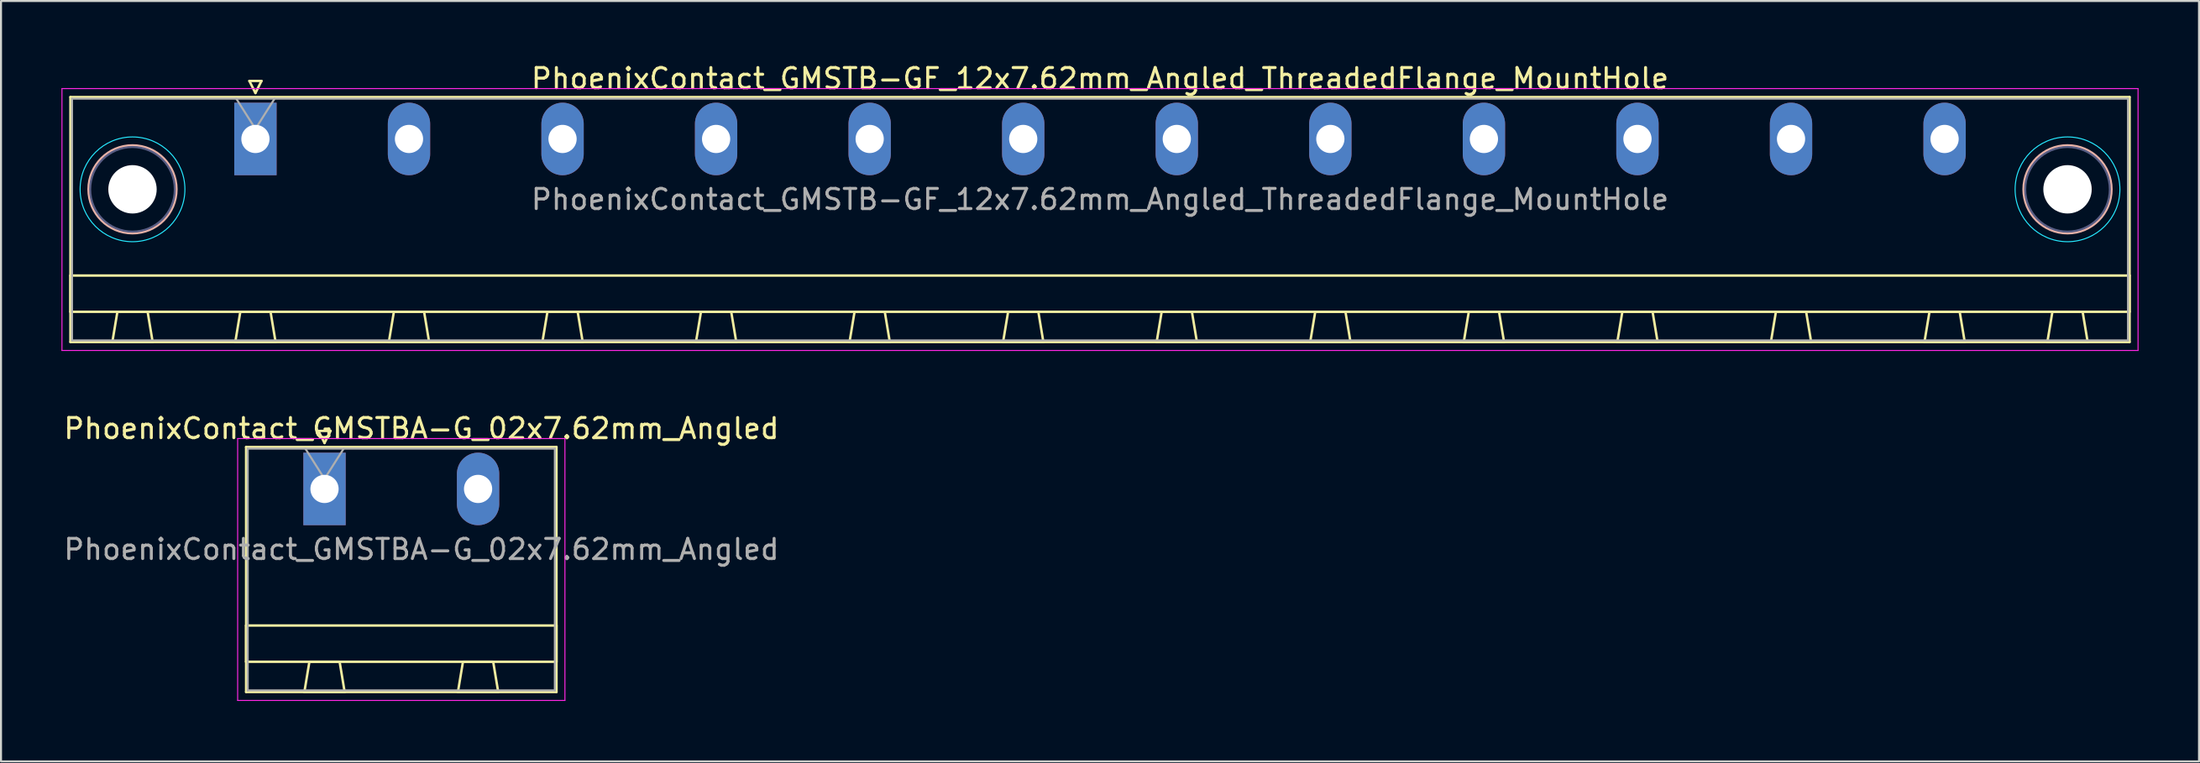
<source format=kicad_pcb>
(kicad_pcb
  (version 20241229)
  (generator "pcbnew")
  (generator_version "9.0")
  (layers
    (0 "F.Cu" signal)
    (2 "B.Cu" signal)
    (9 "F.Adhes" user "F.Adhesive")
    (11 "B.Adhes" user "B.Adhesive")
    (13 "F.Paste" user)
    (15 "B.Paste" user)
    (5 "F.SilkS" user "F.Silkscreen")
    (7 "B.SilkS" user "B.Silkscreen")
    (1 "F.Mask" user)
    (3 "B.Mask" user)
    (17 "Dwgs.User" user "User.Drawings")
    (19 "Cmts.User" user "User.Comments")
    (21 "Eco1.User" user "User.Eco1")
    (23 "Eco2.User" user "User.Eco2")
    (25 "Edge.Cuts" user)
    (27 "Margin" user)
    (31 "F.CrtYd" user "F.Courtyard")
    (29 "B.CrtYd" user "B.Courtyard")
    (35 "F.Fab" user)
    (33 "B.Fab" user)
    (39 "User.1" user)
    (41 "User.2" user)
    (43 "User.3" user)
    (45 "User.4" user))
  (footprint "PhoenixContact_GMSTB-GF_12x7.62mm_Angled_ThreadedFlange_MountHole"
    (layer "F.Cu")
    (at 9.625 3.848)
    (property "Reference" "PhoenixContact_GMSTB-GF_12x7.62mm_Angled_ThreadedFlange_MountHole" (at 41.91 -3 0) (layer "F.SilkS") (effects (font (size 1 1) (thickness 0.15))))
    (attr through_hole)
    (fp_line (start -9.18 -2.08) (end -9.18 10.08) (stroke (width 0.12) (type solid)) (layer "F.SilkS"))
    (fp_line (start -9.18 6.78) (end 93 6.78) (stroke (width 0.12) (type solid)) (layer "F.SilkS"))
    (fp_line (start -9.18 8.58) (end -9.18 6.78) (stroke (width 0.12) (type solid)) (layer "F.SilkS"))
    (fp_line (start -9.18 10.08) (end 93 10.08) (stroke (width 0.12) (type solid)) (layer "F.SilkS"))
    (fp_line (start -7.1 10.08) (end -5.1 10.08) (stroke (width 0.12) (type solid)) (layer "F.SilkS"))
    (fp_line (start -6.85 8.58) (end -7.1 10.08) (stroke (width 0.12) (type solid)) (layer "F.SilkS"))
    (fp_line (start -5.35 8.58) (end -6.85 8.58) (stroke (width 0.12) (type solid)) (layer "F.SilkS"))
    (fp_line (start -5.1 10.08) (end -5.35 8.58) (stroke (width 0.12) (type solid)) (layer "F.SilkS"))
    (fp_line (start -1 10.08) (end 1 10.08) (stroke (width 0.12) (type solid)) (layer "F.SilkS"))
    (fp_line (start -0.75 8.58) (end -1 10.08) (stroke (width 0.12) (type solid)) (layer "F.SilkS"))
    (fp_line (start -0.3 -2.88) (end 0.3 -2.88) (stroke (width 0.12) (type solid)) (layer "F.SilkS"))
    (fp_line (start 0 -2.28) (end -0.3 -2.88) (stroke (width 0.12) (type solid)) (layer "F.SilkS"))
    (fp_line (start 0.3 -2.88) (end 0 -2.28) (stroke (width 0.12) (type solid)) (layer "F.SilkS"))
    (fp_line (start 0.75 8.58) (end -0.75 8.58) (stroke (width 0.12) (type solid)) (layer "F.SilkS"))
    (fp_line (start 1 10.08) (end 0.75 8.58) (stroke (width 0.12) (type solid)) (layer "F.SilkS"))
    (fp_line (start 6.62 10.08) (end 8.62 10.08) (stroke (width 0.12) (type solid)) (layer "F.SilkS"))
    (fp_line (start 6.87 8.58) (end 6.62 10.08) (stroke (width 0.12) (type solid)) (layer "F.SilkS"))
    (fp_line (start 8.37 8.58) (end 6.87 8.58) (stroke (width 0.12) (type solid)) (layer "F.SilkS"))
    (fp_line (start 8.62 10.08) (end 8.37 8.58) (stroke (width 0.12) (type solid)) (layer "F.SilkS"))
    (fp_line (start 14.24 10.08) (end 16.24 10.08) (stroke (width 0.12) (type solid)) (layer "F.SilkS"))
    (fp_line (start 14.49 8.58) (end 14.24 10.08) (stroke (width 0.12) (type solid)) (layer "F.SilkS"))
    (fp_line (start 15.99 8.58) (end 14.49 8.58) (stroke (width 0.12) (type solid)) (layer "F.SilkS"))
    (fp_line (start 16.24 10.08) (end 15.99 8.58) (stroke (width 0.12) (type solid)) (layer "F.SilkS"))
    (fp_line (start 21.86 10.08) (end 23.86 10.08) (stroke (width 0.12) (type solid)) (layer "F.SilkS"))
    (fp_line (start 22.11 8.58) (end 21.86 10.08) (stroke (width 0.12) (type solid)) (layer "F.SilkS"))
    (fp_line (start 23.61 8.58) (end 22.11 8.58) (stroke (width 0.12) (type solid)) (layer "F.SilkS"))
    (fp_line (start 23.86 10.08) (end 23.61 8.58) (stroke (width 0.12) (type solid)) (layer "F.SilkS"))
    (fp_line (start 29.48 10.08) (end 31.48 10.08) (stroke (width 0.12) (type solid)) (layer "F.SilkS"))
    (fp_line (start 29.73 8.58) (end 29.48 10.08) (stroke (width 0.12) (type solid)) (layer "F.SilkS"))
    (fp_line (start 31.23 8.58) (end 29.73 8.58) (stroke (width 0.12) (type solid)) (layer "F.SilkS"))
    (fp_line (start 31.48 10.08) (end 31.23 8.58) (stroke (width 0.12) (type solid)) (layer "F.SilkS"))
    (fp_line (start 37.1 10.08) (end 39.1 10.08) (stroke (width 0.12) (type solid)) (layer "F.SilkS"))
    (fp_line (start 37.35 8.58) (end 37.1 10.08) (stroke (width 0.12) (type solid)) (layer "F.SilkS"))
    (fp_line (start 38.85 8.58) (end 37.35 8.58) (stroke (width 0.12) (type solid)) (layer "F.SilkS"))
    (fp_line (start 39.1 10.08) (end 38.85 8.58) (stroke (width 0.12) (type solid)) (layer "F.SilkS"))
    (fp_line (start 44.72 10.08) (end 46.72 10.08) (stroke (width 0.12) (type solid)) (layer "F.SilkS"))
    (fp_line (start 44.97 8.58) (end 44.72 10.08) (stroke (width 0.12) (type solid)) (layer "F.SilkS"))
    (fp_line (start 46.47 8.58) (end 44.97 8.58) (stroke (width 0.12) (type solid)) (layer "F.SilkS"))
    (fp_line (start 46.72 10.08) (end 46.47 8.58) (stroke (width 0.12) (type solid)) (layer "F.SilkS"))
    (fp_line (start 52.34 10.08) (end 54.34 10.08) (stroke (width 0.12) (type solid)) (layer "F.SilkS"))
    (fp_line (start 52.59 8.58) (end 52.34 10.08) (stroke (width 0.12) (type solid)) (layer "F.SilkS"))
    (fp_line (start 54.09 8.58) (end 52.59 8.58) (stroke (width 0.12) (type solid)) (layer "F.SilkS"))
    (fp_line (start 54.34 10.08) (end 54.09 8.58) (stroke (width 0.12) (type solid)) (layer "F.SilkS"))
    (fp_line (start 59.96 10.08) (end 61.96 10.08) (stroke (width 0.12) (type solid)) (layer "F.SilkS"))
    (fp_line (start 60.21 8.58) (end 59.96 10.08) (stroke (width 0.12) (type solid)) (layer "F.SilkS"))
    (fp_line (start 61.71 8.58) (end 60.21 8.58) (stroke (width 0.12) (type solid)) (layer "F.SilkS"))
    (fp_line (start 61.96 10.08) (end 61.71 8.58) (stroke (width 0.12) (type solid)) (layer "F.SilkS"))
    (fp_line (start 67.58 10.08) (end 69.58 10.08) (stroke (width 0.12) (type solid)) (layer "F.SilkS"))
    (fp_line (start 67.83 8.58) (end 67.58 10.08) (stroke (width 0.12) (type solid)) (layer "F.SilkS"))
    (fp_line (start 69.33 8.58) (end 67.83 8.58) (stroke (width 0.12) (type solid)) (layer "F.SilkS"))
    (fp_line (start 69.58 10.08) (end 69.33 8.58) (stroke (width 0.12) (type solid)) (layer "F.SilkS"))
    (fp_line (start 75.2 10.08) (end 77.2 10.08) (stroke (width 0.12) (type solid)) (layer "F.SilkS"))
    (fp_line (start 75.45 8.58) (end 75.2 10.08) (stroke (width 0.12) (type solid)) (layer "F.SilkS"))
    (fp_line (start 76.95 8.58) (end 75.45 8.58) (stroke (width 0.12) (type solid)) (layer "F.SilkS"))
    (fp_line (start 77.2 10.08) (end 76.95 8.58) (stroke (width 0.12) (type solid)) (layer "F.SilkS"))
    (fp_line (start 82.82 10.08) (end 84.82 10.08) (stroke (width 0.12) (type solid)) (layer "F.SilkS"))
    (fp_line (start 83.07 8.58) (end 82.82 10.08) (stroke (width 0.12) (type solid)) (layer "F.SilkS"))
    (fp_line (start 84.57 8.58) (end 83.07 8.58) (stroke (width 0.12) (type solid)) (layer "F.SilkS"))
    (fp_line (start 84.82 10.08) (end 84.57 8.58) (stroke (width 0.12) (type solid)) (layer "F.SilkS"))
    (fp_line (start 88.92 10.08) (end 90.92 10.08) (stroke (width 0.12) (type solid)) (layer "F.SilkS"))
    (fp_line (start 89.17 8.58) (end 88.92 10.08) (stroke (width 0.12) (type solid)) (layer "F.SilkS"))
    (fp_line (start 90.67 8.58) (end 89.17 8.58) (stroke (width 0.12) (type solid)) (layer "F.SilkS"))
    (fp_line (start 90.92 10.08) (end 90.67 8.58) (stroke (width 0.12) (type solid)) (layer "F.SilkS"))
    (fp_line (start 93 -2.08) (end -9.18 -2.08) (stroke (width 0.12) (type solid)) (layer "F.SilkS"))
    (fp_line (start 93 6.78) (end 93 8.58) (stroke (width 0.12) (type solid)) (layer "F.SilkS"))
    (fp_line (start 93 8.58) (end -9.18 8.58) (stroke (width 0.12) (type solid)) (layer "F.SilkS"))
    (fp_line (start 93 10.08) (end 93 -2.08) (stroke (width 0.12) (type solid)) (layer "F.SilkS"))
    (fp_circle (center -6.1 2.5) (end -3.92 2.5) (stroke (width 0.12) (type solid)) (fill no) (layer "B.SilkS"))
    (fp_circle (center 89.92 2.5) (end 92.1 2.5) (stroke (width 0.12) (type solid)) (fill no) (layer "B.SilkS"))
    (fp_circle (center -6.1 2.5) (end -3.5 2.5) (stroke (width 0.05) (type solid)) (fill no) (layer "B.CrtYd"))
    (fp_circle (center 89.92 2.5) (end 92.52 2.5) (stroke (width 0.05) (type solid)) (fill no) (layer "B.CrtYd"))
    (fp_line (start -9.6 -2.5) (end -9.6 10.5) (stroke (width 0.05) (type solid)) (layer "F.CrtYd"))
    (fp_line (start -9.6 10.5) (end 93.42 10.5) (stroke (width 0.05) (type solid)) (layer "F.CrtYd"))
    (fp_line (start 93.42 -2.5) (end -9.6 -2.5) (stroke (width 0.05) (type solid)) (layer "F.CrtYd"))
    (fp_line (start 93.42 10.5) (end 93.42 -2.5) (stroke (width 0.05) (type solid)) (layer "F.CrtYd"))
    (fp_circle (center -6.1 2.5) (end -4 2.5) (stroke (width 0.1) (type solid)) (fill no) (layer "B.Fab"))
    (fp_circle (center 89.92 2.5) (end 92.02 2.5) (stroke (width 0.1) (type solid)) (fill no) (layer "B.Fab"))
    (fp_line (start -9.1 -2) (end -9.1 10) (stroke (width 0.1) (type solid)) (layer "F.Fab"))
    (fp_line (start -9.1 10) (end 92.92 10) (stroke (width 0.1) (type solid)) (layer "F.Fab"))
    (fp_line (start 0 -0.5) (end -0.95 -2) (stroke (width 0.1) (type solid)) (layer "F.Fab"))
    (fp_line (start 0.95 -2) (end 0 -0.5) (stroke (width 0.1) (type solid)) (layer "F.Fab"))
    (fp_line (start 92.92 -2) (end -9.1 -2) (stroke (width 0.1) (type solid)) (layer "F.Fab"))
    (fp_line (start 92.92 10) (end 92.92 -2) (stroke (width 0.1) (type solid)) (layer "F.Fab"))
    (fp_text user "${REFERENCE}" (at 41.91 3 0) (layer "F.Fab") (effects (font (size 1 1) (thickness 0.15))))
    (pad "" np_thru_hole circle (at -6.1 2.5) (size 2.4 2.4) (drill 2.4) (layers "*.Cu" "*.Mask"))
    (pad "" np_thru_hole circle (at 89.92 2.5) (size 2.4 2.4) (drill 2.4) (layers "*.Cu" "*.Mask"))
    (pad "1" thru_hole rect (at 0 0) (size 2.1 3.6) (drill 1.4) (layers "*.Cu" "*.Mask"))
    (pad "2" thru_hole oval (at 7.62 0) (size 2.1 3.6) (drill 1.4) (layers "*.Cu" "*.Mask"))
    (pad "3" thru_hole oval (at 15.24 0) (size 2.1 3.6) (drill 1.4) (layers "*.Cu" "*.Mask"))
    (pad "4" thru_hole oval (at 22.86 0) (size 2.1 3.6) (drill 1.4) (layers "*.Cu" "*.Mask"))
    (pad "5" thru_hole oval (at 30.48 0) (size 2.1 3.6) (drill 1.4) (layers "*.Cu" "*.Mask"))
    (pad "6" thru_hole oval (at 38.1 0) (size 2.1 3.6) (drill 1.4) (layers "*.Cu" "*.Mask"))
    (pad "7" thru_hole oval (at 45.72 0) (size 2.1 3.6) (drill 1.4) (layers "*.Cu" "*.Mask"))
    (pad "8" thru_hole oval (at 53.34 0) (size 2.1 3.6) (drill 1.4) (layers "*.Cu" "*.Mask"))
    (pad "9" thru_hole oval (at 60.96 0) (size 2.1 3.6) (drill 1.4) (layers "*.Cu" "*.Mask"))
    (pad "10" thru_hole oval (at 68.58 0) (size 2.1 3.6) (drill 1.4) (layers "*.Cu" "*.Mask"))
    (pad "11" thru_hole oval (at 76.2 0) (size 2.1 3.6) (drill 1.4) (layers "*.Cu" "*.Mask"))
    (pad "12" thru_hole oval (at 83.82 0) (size 2.1 3.6) (drill 1.4) (layers "*.Cu" "*.Mask")))
  (footprint "PhoenixContact_GMSTBA-G_02x7.62mm_Angled"
    (layer "F.Cu")
    (at 13.053 21.221)
    (property "Reference" "PhoenixContact_GMSTBA-G_02x7.62mm_Angled" (at 4.81 -3 0) (layer "F.SilkS") (effects (font (size 1 1) (thickness 0.15))))
    (attr through_hole)
    (fp_line (start -3.89 -2.08) (end -3.89 10.08) (stroke (width 0.12) (type solid)) (layer "F.SilkS"))
    (fp_line (start -3.89 6.78) (end 11.51 6.78) (stroke (width 0.12) (type solid)) (layer "F.SilkS"))
    (fp_line (start -3.89 8.58) (end -3.89 6.78) (stroke (width 0.12) (type solid)) (layer "F.SilkS"))
    (fp_line (start -3.89 10.08) (end 11.51 10.08) (stroke (width 0.12) (type solid)) (layer "F.SilkS"))
    (fp_line (start -1 10.08) (end 1 10.08) (stroke (width 0.12) (type solid)) (layer "F.SilkS"))
    (fp_line (start -0.75 8.58) (end -1 10.08) (stroke (width 0.12) (type solid)) (layer "F.SilkS"))
    (fp_line (start -0.3 -2.88) (end 0.3 -2.88) (stroke (width 0.12) (type solid)) (layer "F.SilkS"))
    (fp_line (start 0 -2.28) (end -0.3 -2.88) (stroke (width 0.12) (type solid)) (layer "F.SilkS"))
    (fp_line (start 0.3 -2.88) (end 0 -2.28) (stroke (width 0.12) (type solid)) (layer "F.SilkS"))
    (fp_line (start 0.75 8.58) (end -0.75 8.58) (stroke (width 0.12) (type solid)) (layer "F.SilkS"))
    (fp_line (start 1 10.08) (end 0.75 8.58) (stroke (width 0.12) (type solid)) (layer "F.SilkS"))
    (fp_line (start 6.62 10.08) (end 8.62 10.08) (stroke (width 0.12) (type solid)) (layer "F.SilkS"))
    (fp_line (start 6.87 8.58) (end 6.62 10.08) (stroke (width 0.12) (type solid)) (layer "F.SilkS"))
    (fp_line (start 8.37 8.58) (end 6.87 8.58) (stroke (width 0.12) (type solid)) (layer "F.SilkS"))
    (fp_line (start 8.62 10.08) (end 8.37 8.58) (stroke (width 0.12) (type solid)) (layer "F.SilkS"))
    (fp_line (start 11.51 -2.08) (end -3.89 -2.08) (stroke (width 0.12) (type solid)) (layer "F.SilkS"))
    (fp_line (start 11.51 6.78) (end 11.51 8.58) (stroke (width 0.12) (type solid)) (layer "F.SilkS"))
    (fp_line (start 11.51 8.58) (end -3.89 8.58) (stroke (width 0.12) (type solid)) (layer "F.SilkS"))
    (fp_line (start 11.51 10.08) (end 11.51 -2.08) (stroke (width 0.12) (type solid)) (layer "F.SilkS"))
    (fp_line (start -4.31 -2.5) (end -4.31 10.5) (stroke (width 0.05) (type solid)) (layer "F.CrtYd"))
    (fp_line (start -4.31 10.5) (end 11.93 10.5) (stroke (width 0.05) (type solid)) (layer "F.CrtYd"))
    (fp_line (start 11.93 -2.5) (end -4.31 -2.5) (stroke (width 0.05) (type solid)) (layer "F.CrtYd"))
    (fp_line (start 11.93 10.5) (end 11.93 -2.5) (stroke (width 0.05) (type solid)) (layer "F.CrtYd"))
    (fp_line (start -3.81 -2) (end -3.81 10) (stroke (width 0.1) (type solid)) (layer "F.Fab"))
    (fp_line (start -3.81 10) (end 11.43 10) (stroke (width 0.1) (type solid)) (layer "F.Fab"))
    (fp_line (start 0 -0.5) (end -0.95 -2) (stroke (width 0.1) (type solid)) (layer "F.Fab"))
    (fp_line (start 0.95 -2) (end 0 -0.5) (stroke (width 0.1) (type solid)) (layer "F.Fab"))
    (fp_line (start 11.43 -2) (end -3.81 -2) (stroke (width 0.1) (type solid)) (layer "F.Fab"))
    (fp_line (start 11.43 10) (end 11.43 -2) (stroke (width 0.1) (type solid)) (layer "F.Fab"))
    (fp_text user "${REFERENCE}" (at 4.81 3 0) (layer "F.Fab") (effects (font (size 1 1) (thickness 0.15))))
    (pad "1" thru_hole rect (at 0 0) (size 2.1 3.6) (drill 1.4) (layers "*.Cu" "*.Mask"))
    (pad "2" thru_hole oval (at 7.62 0) (size 2.1 3.6) (drill 1.4) (layers "*.Cu" "*.Mask")))
  (gr_rect
    (start -3 -3)
    (end 106.07 34.746)
    (stroke (width 0.1) (type default))
    (fill no)
    (layer "Edge.Cuts")))
</source>
